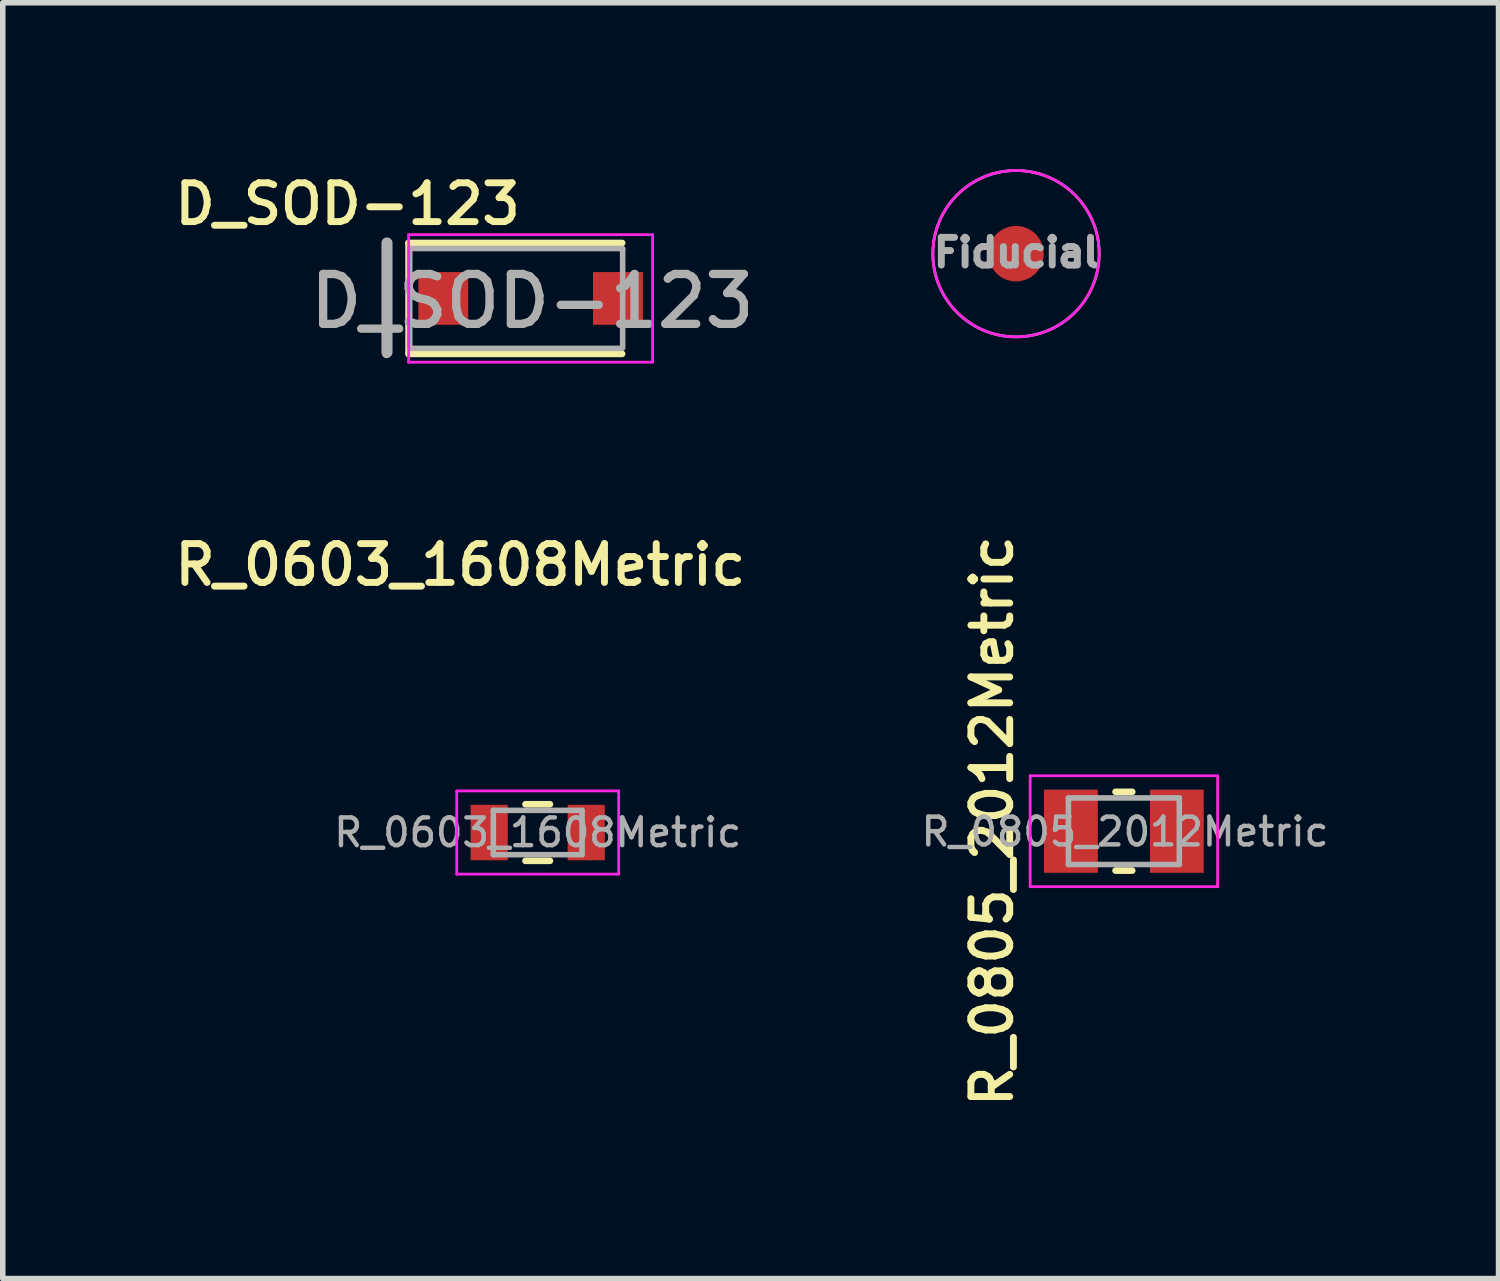
<source format=kicad_pcb>
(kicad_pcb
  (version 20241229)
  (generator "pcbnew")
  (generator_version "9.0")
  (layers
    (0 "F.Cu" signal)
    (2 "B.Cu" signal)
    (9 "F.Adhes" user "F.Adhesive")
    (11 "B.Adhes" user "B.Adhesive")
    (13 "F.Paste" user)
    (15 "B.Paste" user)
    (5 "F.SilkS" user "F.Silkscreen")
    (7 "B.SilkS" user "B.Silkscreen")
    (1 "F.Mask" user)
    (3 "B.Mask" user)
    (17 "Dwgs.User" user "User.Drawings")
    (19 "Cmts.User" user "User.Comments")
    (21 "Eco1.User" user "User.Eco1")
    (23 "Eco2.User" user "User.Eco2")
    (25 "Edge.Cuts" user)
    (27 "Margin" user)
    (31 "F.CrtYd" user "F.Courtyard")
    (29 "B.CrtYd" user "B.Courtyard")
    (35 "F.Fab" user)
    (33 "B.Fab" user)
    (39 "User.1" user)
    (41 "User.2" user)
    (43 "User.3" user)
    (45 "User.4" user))
  (footprint "R_0603_1608Metric"
    (layer "F.Cu")
    (at 6.647 11.964)
    (property "Reference" "R_0603_1608Metric" (at -1.396 -4.828 0) (layer "F.SilkS") (effects (font (size 0.7 0.7) (thickness 0.125))))
    (attr smd)
    (fp_line (start -0.22 -0.51) (end 0.22 -0.51) (stroke (width 0.12) (type solid)) (layer "F.SilkS"))
    (fp_line (start -0.22 0.51) (end 0.22 0.51) (stroke (width 0.12) (type solid)) (layer "F.SilkS"))
    (fp_line (start -1.46 -0.75) (end 1.46 -0.75) (stroke (width 0.05) (type solid)) (layer "F.CrtYd"))
    (fp_line (start -1.46 0.75) (end -1.46 -0.75) (stroke (width 0.05) (type solid)) (layer "F.CrtYd"))
    (fp_line (start 1.46 -0.75) (end 1.46 0.75) (stroke (width 0.05) (type solid)) (layer "F.CrtYd"))
    (fp_line (start 1.46 0.75) (end -1.46 0.75) (stroke (width 0.05) (type solid)) (layer "F.CrtYd"))
    (fp_line (start -0.8 -0.4) (end 0.8 -0.4) (stroke (width 0.1) (type solid)) (layer "F.Fab"))
    (fp_line (start -0.8 0.4) (end -0.8 -0.4) (stroke (width 0.1) (type solid)) (layer "F.Fab"))
    (fp_line (start 0.8 -0.4) (end 0.8 0.4) (stroke (width 0.1) (type solid)) (layer "F.Fab"))
    (fp_line (start 0.8 0.4) (end -0.8 0.4) (stroke (width 0.1) (type solid)) (layer "F.Fab"))
    (fp_text user "${REFERENCE}" (at 0 0 0) (layer "F.Fab") (effects (font (size 0.5 0.5) (thickness 0.08))))
    (pad "1" smd rect (at -0.875 0) (size 0.67 1) (layers "F.Cu" "F.Mask" "F.Paste"))
    (pad "2" smd rect (at 0.875 0) (size 0.67 1) (layers "F.Cu" "F.Mask" "F.Paste")))
  (footprint "R_0805_2012Metric"
    (layer "F.Cu")
    (at 17.218 11.94)
    (property "Reference" "R_0805_2012Metric" (at -2.376 -0.182 90) (layer "F.SilkS") (effects (font (size 0.7 0.7) (thickness 0.125))))
    (attr smd)
    (fp_line (start -0.15 -0.71) (end 0.15 -0.71) (stroke (width 0.12) (type solid)) (layer "F.SilkS"))
    (fp_line (start -0.15 0.71) (end 0.15 0.71) (stroke (width 0.12) (type solid)) (layer "F.SilkS"))
    (fp_line (start -1.69 -1) (end 1.69 -1) (stroke (width 0.05) (type solid)) (layer "F.CrtYd"))
    (fp_line (start -1.69 1) (end -1.69 -1) (stroke (width 0.05) (type solid)) (layer "F.CrtYd"))
    (fp_line (start 1.69 -1) (end 1.69 1) (stroke (width 0.05) (type solid)) (layer "F.CrtYd"))
    (fp_line (start 1.69 1) (end -1.69 1) (stroke (width 0.05) (type solid)) (layer "F.CrtYd"))
    (fp_line (start -1 -0.6) (end 1 -0.6) (stroke (width 0.1) (type solid)) (layer "F.Fab"))
    (fp_line (start -1 0.6) (end -1 -0.6) (stroke (width 0.1) (type solid)) (layer "F.Fab"))
    (fp_line (start 1 -0.6) (end 1 0.6) (stroke (width 0.1) (type solid)) (layer "F.Fab"))
    (fp_line (start 1 0.6) (end -1 0.6) (stroke (width 0.1) (type solid)) (layer "F.Fab"))
    (fp_text user "${REFERENCE}" (at 0.02 0.01 0) (layer "F.Fab") (effects (font (size 0.5 0.5) (thickness 0.08))))
    (pad "1" smd rect (at -0.955 0) (size 0.97 1.5) (layers "F.Cu" "F.Mask" "F.Paste"))
    (pad "2" smd rect (at 0.955 0) (size 0.97 1.5) (layers "F.Cu" "F.Mask" "F.Paste")))
  (footprint "D_SOD-123"
    (layer "F.Cu")
    (at 6.519 2.332)
    (property "Reference" "D_SOD-123" (at -3.301 -1.703 0) (layer "F.SilkS") (effects (font (size 0.7 0.7) (thickness 0.125))))
    (attr smd)
    (fp_line (start -2.6 -1) (end -2.6 1) (stroke (width 0.15) (type solid)) (layer "F.SilkS"))
    (fp_line (start -2.2 -1) (end -2.2 1) (stroke (width 0.12) (type solid)) (layer "F.SilkS"))
    (fp_line (start -2.2 -1) (end 1.65 -1) (stroke (width 0.12) (type solid)) (layer "F.SilkS"))
    (fp_line (start -2.2 1) (end 1.65 1) (stroke (width 0.12) (type solid)) (layer "F.SilkS"))
    (fp_line (start -2.2 -1.15) (end -2.2 1.15) (stroke (width 0.05) (type solid)) (layer "F.CrtYd"))
    (fp_line (start -2.2 -1.15) (end 2.2 -1.15) (stroke (width 0.05) (type solid)) (layer "F.CrtYd"))
    (fp_line (start 2.2 -1.15) (end 2.2 1.15) (stroke (width 0.05) (type solid)) (layer "F.CrtYd"))
    (fp_line (start 2.2 1.15) (end -2.2 1.15) (stroke (width 0.05) (type solid)) (layer "F.CrtYd"))
    (fp_line (start -2.59 -1) (end -2.59 0.97) (stroke (width 0.2) (type solid)) (layer "F.Fab"))
    (fp_line (start -2.18 -0.9) (end 1.66 -0.9) (stroke (width 0.1) (type solid)) (layer "F.Fab"))
    (fp_line (start -2.18 0.9) (end -2.18 -0.9) (stroke (width 0.1) (type solid)) (layer "F.Fab"))
    (fp_line (start 1.65 0.9) (end -2.17 0.9) (stroke (width 0.1) (type solid)) (layer "F.Fab"))
    (fp_line (start 1.66 -0.89) (end 1.66 0.89) (stroke (width 0.1) (type solid)) (layer "F.Fab"))
    (fp_text user "${REFERENCE}" (at 0.03 0.05 0) (layer "F.Fab") (effects (font (size 0.9 0.9) (thickness 0.15))))
    (pad "1" smd rect (at -1.575 0) (size 0.9 0.95) (layers "F.Cu" "F.Mask" "F.Paste"))
    (pad "2" smd rect (at 1.575 0) (size 0.9 0.95) (layers "F.Cu" "F.Mask" "F.Paste")))
  (footprint "Fiducial"
    (layer "F.Cu")
    (at 15.273 1.525)
    (property "Reference" "Fiducial" (at 0.01 -0.02 0) (layer "F.Fab") (effects (font (size 0.5 0.5) (thickness 0.125))))
    (attr exclude_from_pos_files exclude_from_bom)
    (fp_circle (center 0 0) (end 1.5 0) (stroke (width 0.05) (type solid)) (fill no) (layer "F.CrtYd"))
    (fp_circle (center 0 0) (end 1.5 0) (stroke (width 0.05) (type solid)) (fill no) (layer "F.Fab"))
    (pad "~" smd circle (at 0 0) (size 1 1) (layers "F.Cu" "F.Mask")))
  (gr_rect
    (start -3 -3)
    (end 23.975 20.008)
    (stroke (width 0.1) (type default))
    (fill no)
    (layer "Edge.Cuts")))
</source>
